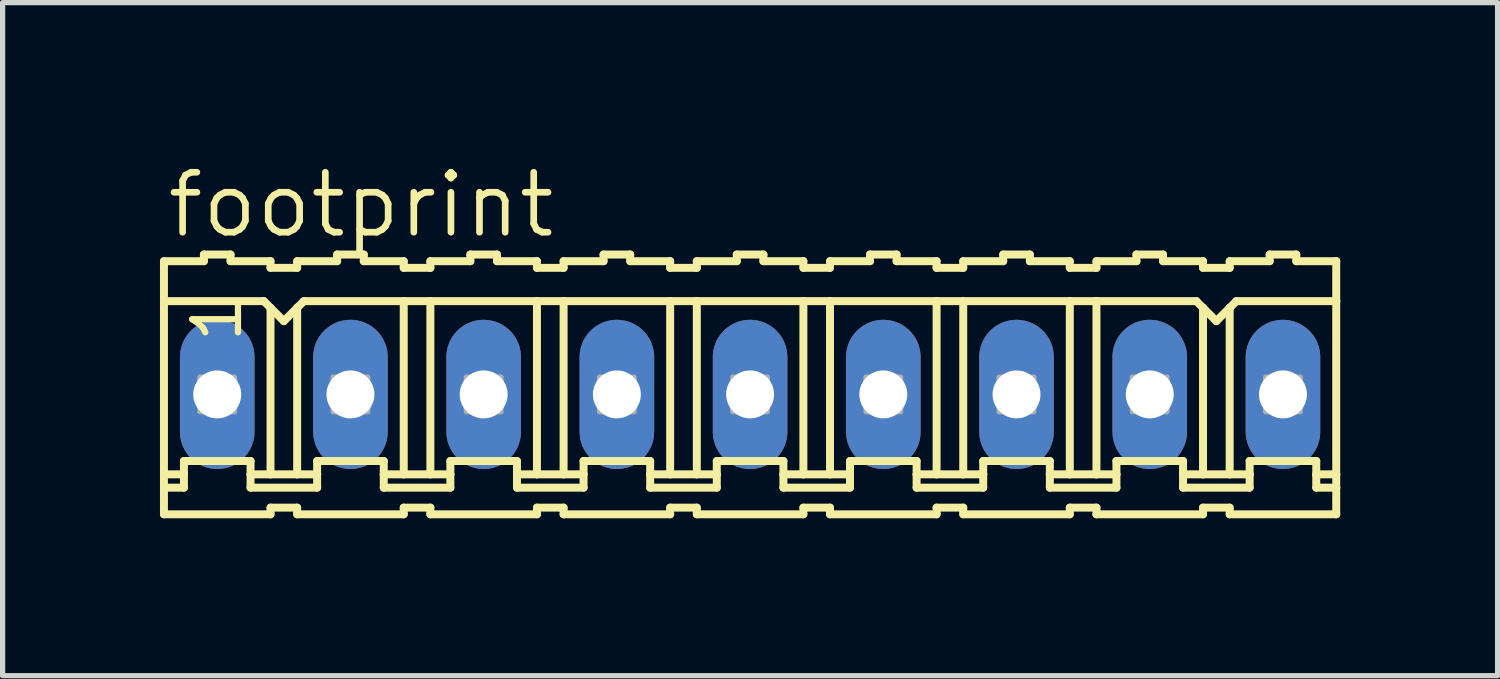
<source format=kicad_pcb>
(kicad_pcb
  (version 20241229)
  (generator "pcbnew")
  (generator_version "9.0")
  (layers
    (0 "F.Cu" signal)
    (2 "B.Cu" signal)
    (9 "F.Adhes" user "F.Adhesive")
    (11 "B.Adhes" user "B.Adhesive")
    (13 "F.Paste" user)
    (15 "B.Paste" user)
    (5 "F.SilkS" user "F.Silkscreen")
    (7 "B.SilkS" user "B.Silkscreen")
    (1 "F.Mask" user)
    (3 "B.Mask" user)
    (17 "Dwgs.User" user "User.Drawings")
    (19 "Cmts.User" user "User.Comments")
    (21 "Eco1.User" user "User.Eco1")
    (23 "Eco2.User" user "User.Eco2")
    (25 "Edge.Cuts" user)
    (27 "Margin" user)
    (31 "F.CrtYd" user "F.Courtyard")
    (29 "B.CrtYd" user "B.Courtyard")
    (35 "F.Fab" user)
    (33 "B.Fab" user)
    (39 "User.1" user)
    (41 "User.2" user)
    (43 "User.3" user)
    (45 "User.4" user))
  (footprint "footprint"
    (layer "F.Cu")
    (at 11.252 4.47)
    (property "Reference" "footprint" (at -11.176 -2.946 0) (layer "F.SilkS") (effects (font (size 1.143 1.143) (thickness 0.127)) (justify left bottom)))
    (fp_line (start -11.176 -2.54) (end -11.176 -1.778) (stroke (width 0.152) (type solid)) (layer "F.SilkS"))
    (fp_line (start -11.176 -2.54) (end -10.414 -2.54) (stroke (width 0.152) (type solid)) (layer "F.SilkS"))
    (fp_line (start -11.176 -1.778) (end -11.176 1.524) (stroke (width 0.152) (type solid)) (layer "F.SilkS"))
    (fp_line (start -11.176 1.524) (end -11.176 1.778) (stroke (width 0.152) (type solid)) (layer "F.SilkS"))
    (fp_line (start -11.176 1.778) (end -11.176 2.286) (stroke (width 0.152) (type solid)) (layer "F.SilkS"))
    (fp_line (start -11.176 1.778) (end -10.795 1.778) (stroke (width 0.152) (type solid)) (layer "F.SilkS"))
    (fp_line (start -10.795 1.27) (end -9.525 1.27) (stroke (width 0.152) (type solid)) (layer "F.SilkS"))
    (fp_line (start -10.795 1.524) (end -11.176 1.524) (stroke (width 0.152) (type solid)) (layer "F.SilkS"))
    (fp_line (start -10.795 1.524) (end -10.795 1.27) (stroke (width 0.152) (type solid)) (layer "F.SilkS"))
    (fp_line (start -10.795 1.778) (end -10.795 1.524) (stroke (width 0.152) (type solid)) (layer "F.SilkS"))
    (fp_line (start -10.414 -2.54) (end -10.414 -2.667) (stroke (width 0.152) (type solid)) (layer "F.SilkS"))
    (fp_line (start -9.906 -2.667) (end -10.414 -2.667) (stroke (width 0.152) (type solid)) (layer "F.SilkS"))
    (fp_line (start -9.906 -2.54) (end -9.906 -2.667) (stroke (width 0.152) (type solid)) (layer "F.SilkS"))
    (fp_line (start -9.525 1.524) (end -9.525 1.27) (stroke (width 0.152) (type solid)) (layer "F.SilkS"))
    (fp_line (start -9.525 1.524) (end -9.144 1.524) (stroke (width 0.152) (type solid)) (layer "F.SilkS"))
    (fp_line (start -9.525 1.778) (end -9.525 1.524) (stroke (width 0.152) (type solid)) (layer "F.SilkS"))
    (fp_line (start -9.271 -1.778) (end -11.176 -1.778) (stroke (width 0.152) (type solid)) (layer "F.SilkS"))
    (fp_line (start -9.271 -1.778) (end -9.144 -1.651) (stroke (width 0.152) (type solid)) (layer "F.SilkS"))
    (fp_line (start -9.144 -2.54) (end -9.906 -2.54) (stroke (width 0.152) (type solid)) (layer "F.SilkS"))
    (fp_line (start -9.144 -2.413) (end -9.144 -2.54) (stroke (width 0.152) (type solid)) (layer "F.SilkS"))
    (fp_line (start -9.144 -2.413) (end -8.636 -2.413) (stroke (width 0.152) (type solid)) (layer "F.SilkS"))
    (fp_line (start -9.144 -1.651) (end -9.144 1.524) (stroke (width 0.152) (type solid)) (layer "F.SilkS"))
    (fp_line (start -9.144 -1.651) (end -8.89 -1.397) (stroke (width 0.152) (type solid)) (layer "F.SilkS"))
    (fp_line (start -9.144 1.524) (end -8.636 1.524) (stroke (width 0.152) (type solid)) (layer "F.SilkS"))
    (fp_line (start -9.144 2.159) (end -9.144 2.286) (stroke (width 0.152) (type solid)) (layer "F.SilkS"))
    (fp_line (start -9.144 2.286) (end -11.176 2.286) (stroke (width 0.152) (type solid)) (layer "F.SilkS"))
    (fp_line (start -8.89 -1.397) (end -8.636 -1.651) (stroke (width 0.152) (type solid)) (layer "F.SilkS"))
    (fp_line (start -8.636 -2.54) (end -7.874 -2.54) (stroke (width 0.152) (type solid)) (layer "F.SilkS"))
    (fp_line (start -8.636 -2.413) (end -8.636 -2.54) (stroke (width 0.152) (type solid)) (layer "F.SilkS"))
    (fp_line (start -8.636 -1.651) (end -8.636 1.524) (stroke (width 0.152) (type solid)) (layer "F.SilkS"))
    (fp_line (start -8.636 -1.651) (end -8.509 -1.778) (stroke (width 0.152) (type solid)) (layer "F.SilkS"))
    (fp_line (start -8.636 1.524) (end -8.255 1.524) (stroke (width 0.152) (type solid)) (layer "F.SilkS"))
    (fp_line (start -8.636 2.159) (end -9.144 2.159) (stroke (width 0.152) (type solid)) (layer "F.SilkS"))
    (fp_line (start -8.636 2.159) (end -8.636 2.286) (stroke (width 0.152) (type solid)) (layer "F.SilkS"))
    (fp_line (start -8.636 2.286) (end -6.604 2.286) (stroke (width 0.152) (type solid)) (layer "F.SilkS"))
    (fp_line (start -8.509 -1.778) (end -6.604 -1.778) (stroke (width 0.152) (type solid)) (layer "F.SilkS"))
    (fp_line (start -8.255 1.27) (end -6.985 1.27) (stroke (width 0.152) (type solid)) (layer "F.SilkS"))
    (fp_line (start -8.255 1.524) (end -8.255 1.27) (stroke (width 0.152) (type solid)) (layer "F.SilkS"))
    (fp_line (start -8.255 1.778) (end -9.525 1.778) (stroke (width 0.152) (type solid)) (layer "F.SilkS"))
    (fp_line (start -8.255 1.778) (end -8.255 1.524) (stroke (width 0.152) (type solid)) (layer "F.SilkS"))
    (fp_line (start -7.874 -2.54) (end -7.874 -2.667) (stroke (width 0.152) (type solid)) (layer "F.SilkS"))
    (fp_line (start -7.366 -2.667) (end -7.874 -2.667) (stroke (width 0.152) (type solid)) (layer "F.SilkS"))
    (fp_line (start -7.366 -2.54) (end -7.366 -2.667) (stroke (width 0.152) (type solid)) (layer "F.SilkS"))
    (fp_line (start -7.366 -2.54) (end -6.604 -2.54) (stroke (width 0.152) (type solid)) (layer "F.SilkS"))
    (fp_line (start -6.985 1.524) (end -6.985 1.27) (stroke (width 0.152) (type solid)) (layer "F.SilkS"))
    (fp_line (start -6.985 1.524) (end -6.604 1.524) (stroke (width 0.152) (type solid)) (layer "F.SilkS"))
    (fp_line (start -6.985 1.778) (end -6.985 1.524) (stroke (width 0.152) (type solid)) (layer "F.SilkS"))
    (fp_line (start -6.985 1.778) (end -5.715 1.778) (stroke (width 0.152) (type solid)) (layer "F.SilkS"))
    (fp_line (start -6.604 -2.413) (end -6.604 -2.54) (stroke (width 0.152) (type solid)) (layer "F.SilkS"))
    (fp_line (start -6.604 -1.778) (end -6.604 1.524) (stroke (width 0.152) (type solid)) (layer "F.SilkS"))
    (fp_line (start -6.604 -1.778) (end -6.096 -1.778) (stroke (width 0.152) (type solid)) (layer "F.SilkS"))
    (fp_line (start -6.604 1.524) (end -6.096 1.524) (stroke (width 0.152) (type solid)) (layer "F.SilkS"))
    (fp_line (start -6.604 2.159) (end -6.604 2.286) (stroke (width 0.152) (type solid)) (layer "F.SilkS"))
    (fp_line (start -6.096 -2.54) (end -5.334 -2.54) (stroke (width 0.152) (type solid)) (layer "F.SilkS"))
    (fp_line (start -6.096 -2.413) (end -6.604 -2.413) (stroke (width 0.152) (type solid)) (layer "F.SilkS"))
    (fp_line (start -6.096 -2.413) (end -6.096 -2.54) (stroke (width 0.152) (type solid)) (layer "F.SilkS"))
    (fp_line (start -6.096 -1.778) (end -6.096 1.524) (stroke (width 0.152) (type solid)) (layer "F.SilkS"))
    (fp_line (start -6.096 -1.778) (end -4.064 -1.778) (stroke (width 0.152) (type solid)) (layer "F.SilkS"))
    (fp_line (start -6.096 1.524) (end -5.715 1.524) (stroke (width 0.152) (type solid)) (layer "F.SilkS"))
    (fp_line (start -6.096 2.159) (end -6.604 2.159) (stroke (width 0.152) (type solid)) (layer "F.SilkS"))
    (fp_line (start -6.096 2.159) (end -6.096 2.286) (stroke (width 0.152) (type solid)) (layer "F.SilkS"))
    (fp_line (start -5.715 1.27) (end -4.445 1.27) (stroke (width 0.152) (type solid)) (layer "F.SilkS"))
    (fp_line (start -5.715 1.524) (end -5.715 1.27) (stroke (width 0.152) (type solid)) (layer "F.SilkS"))
    (fp_line (start -5.715 1.778) (end -5.715 1.524) (stroke (width 0.152) (type solid)) (layer "F.SilkS"))
    (fp_line (start -5.334 -2.54) (end -5.334 -2.667) (stroke (width 0.152) (type solid)) (layer "F.SilkS"))
    (fp_line (start -4.826 -2.667) (end -5.334 -2.667) (stroke (width 0.152) (type solid)) (layer "F.SilkS"))
    (fp_line (start -4.826 -2.54) (end -4.826 -2.667) (stroke (width 0.152) (type solid)) (layer "F.SilkS"))
    (fp_line (start -4.826 -2.54) (end -4.064 -2.54) (stroke (width 0.152) (type solid)) (layer "F.SilkS"))
    (fp_line (start -4.445 1.524) (end -4.445 1.27) (stroke (width 0.152) (type solid)) (layer "F.SilkS"))
    (fp_line (start -4.445 1.524) (end -4.064 1.524) (stroke (width 0.152) (type solid)) (layer "F.SilkS"))
    (fp_line (start -4.445 1.778) (end -4.445 1.524) (stroke (width 0.152) (type solid)) (layer "F.SilkS"))
    (fp_line (start -4.064 -2.54) (end -4.064 -2.413) (stroke (width 0.152) (type solid)) (layer "F.SilkS"))
    (fp_line (start -4.064 -1.778) (end -4.064 1.524) (stroke (width 0.152) (type solid)) (layer "F.SilkS"))
    (fp_line (start -4.064 2.159) (end -4.064 2.286) (stroke (width 0.152) (type solid)) (layer "F.SilkS"))
    (fp_line (start -4.064 2.286) (end -6.096 2.286) (stroke (width 0.152) (type solid)) (layer "F.SilkS"))
    (fp_line (start -3.556 -2.54) (end -3.556 -2.413) (stroke (width 0.152) (type solid)) (layer "F.SilkS"))
    (fp_line (start -3.556 -2.54) (end -2.794 -2.54) (stroke (width 0.152) (type solid)) (layer "F.SilkS"))
    (fp_line (start -3.556 -2.413) (end -4.064 -2.413) (stroke (width 0.152) (type solid)) (layer "F.SilkS"))
    (fp_line (start -3.556 -1.778) (end -4.064 -1.778) (stroke (width 0.152) (type solid)) (layer "F.SilkS"))
    (fp_line (start -3.556 -1.778) (end -3.556 1.524) (stroke (width 0.152) (type solid)) (layer "F.SilkS"))
    (fp_line (start -3.556 -1.778) (end -1.524 -1.778) (stroke (width 0.152) (type solid)) (layer "F.SilkS"))
    (fp_line (start -3.556 1.524) (end -4.064 1.524) (stroke (width 0.152) (type solid)) (layer "F.SilkS"))
    (fp_line (start -3.556 2.159) (end -4.064 2.159) (stroke (width 0.152) (type solid)) (layer "F.SilkS"))
    (fp_line (start -3.556 2.159) (end -3.556 2.286) (stroke (width 0.152) (type solid)) (layer "F.SilkS"))
    (fp_line (start -3.175 1.27) (end -1.905 1.27) (stroke (width 0.152) (type solid)) (layer "F.SilkS"))
    (fp_line (start -3.175 1.524) (end -3.556 1.524) (stroke (width 0.152) (type solid)) (layer "F.SilkS"))
    (fp_line (start -3.175 1.524) (end -3.175 1.27) (stroke (width 0.152) (type solid)) (layer "F.SilkS"))
    (fp_line (start -3.175 1.778) (end -4.445 1.778) (stroke (width 0.152) (type solid)) (layer "F.SilkS"))
    (fp_line (start -3.175 1.778) (end -3.175 1.524) (stroke (width 0.152) (type solid)) (layer "F.SilkS"))
    (fp_line (start -2.794 -2.54) (end -2.794 -2.667) (stroke (width 0.152) (type solid)) (layer "F.SilkS"))
    (fp_line (start -2.286 -2.667) (end -2.794 -2.667) (stroke (width 0.152) (type solid)) (layer "F.SilkS"))
    (fp_line (start -2.286 -2.54) (end -2.286 -2.667) (stroke (width 0.152) (type solid)) (layer "F.SilkS"))
    (fp_line (start -1.905 1.524) (end -1.905 1.27) (stroke (width 0.152) (type solid)) (layer "F.SilkS"))
    (fp_line (start -1.905 1.524) (end -1.524 1.524) (stroke (width 0.152) (type solid)) (layer "F.SilkS"))
    (fp_line (start -1.905 1.778) (end -1.905 1.524) (stroke (width 0.152) (type solid)) (layer "F.SilkS"))
    (fp_line (start -1.524 -2.54) (end -2.286 -2.54) (stroke (width 0.152) (type solid)) (layer "F.SilkS"))
    (fp_line (start -1.524 -2.413) (end -1.524 -2.54) (stroke (width 0.152) (type solid)) (layer "F.SilkS"))
    (fp_line (start -1.524 -2.413) (end -1.016 -2.413) (stroke (width 0.152) (type solid)) (layer "F.SilkS"))
    (fp_line (start -1.524 -1.778) (end -1.524 1.524) (stroke (width 0.152) (type solid)) (layer "F.SilkS"))
    (fp_line (start -1.524 -1.778) (end -1.016 -1.778) (stroke (width 0.152) (type solid)) (layer "F.SilkS"))
    (fp_line (start -1.524 1.524) (end -1.016 1.524) (stroke (width 0.152) (type solid)) (layer "F.SilkS"))
    (fp_line (start -1.524 2.159) (end -1.524 2.286) (stroke (width 0.152) (type solid)) (layer "F.SilkS"))
    (fp_line (start -1.524 2.286) (end -3.556 2.286) (stroke (width 0.152) (type solid)) (layer "F.SilkS"))
    (fp_line (start -1.016 -2.54) (end -0.254 -2.54) (stroke (width 0.152) (type solid)) (layer "F.SilkS"))
    (fp_line (start -1.016 -2.413) (end -1.016 -2.54) (stroke (width 0.152) (type solid)) (layer "F.SilkS"))
    (fp_line (start -1.016 -1.778) (end -1.016 1.524) (stroke (width 0.152) (type solid)) (layer "F.SilkS"))
    (fp_line (start -1.016 -1.778) (end 1.016 -1.778) (stroke (width 0.152) (type solid)) (layer "F.SilkS"))
    (fp_line (start -1.016 1.524) (end -0.635 1.524) (stroke (width 0.152) (type solid)) (layer "F.SilkS"))
    (fp_line (start -1.016 2.159) (end -1.524 2.159) (stroke (width 0.152) (type solid)) (layer "F.SilkS"))
    (fp_line (start -1.016 2.159) (end -1.016 2.286) (stroke (width 0.152) (type solid)) (layer "F.SilkS"))
    (fp_line (start -0.635 1.27) (end 0.635 1.27) (stroke (width 0.152) (type solid)) (layer "F.SilkS"))
    (fp_line (start -0.635 1.524) (end -0.635 1.27) (stroke (width 0.152) (type solid)) (layer "F.SilkS"))
    (fp_line (start -0.635 1.778) (end -1.905 1.778) (stroke (width 0.152) (type solid)) (layer "F.SilkS"))
    (fp_line (start -0.635 1.778) (end -0.635 1.524) (stroke (width 0.152) (type solid)) (layer "F.SilkS"))
    (fp_line (start -0.254 -2.54) (end -0.254 -2.667) (stroke (width 0.152) (type solid)) (layer "F.SilkS"))
    (fp_line (start 0.254 -2.667) (end -0.254 -2.667) (stroke (width 0.152) (type solid)) (layer "F.SilkS"))
    (fp_line (start 0.254 -2.54) (end 0.254 -2.667) (stroke (width 0.152) (type solid)) (layer "F.SilkS"))
    (fp_line (start 0.635 1.524) (end 0.635 1.27) (stroke (width 0.152) (type solid)) (layer "F.SilkS"))
    (fp_line (start 0.635 1.524) (end 1.016 1.524) (stroke (width 0.152) (type solid)) (layer "F.SilkS"))
    (fp_line (start 0.635 1.778) (end 0.635 1.524) (stroke (width 0.152) (type solid)) (layer "F.SilkS"))
    (fp_line (start 1.016 -2.54) (end 0.254 -2.54) (stroke (width 0.152) (type solid)) (layer "F.SilkS"))
    (fp_line (start 1.016 -2.413) (end 1.016 -2.54) (stroke (width 0.152) (type solid)) (layer "F.SilkS"))
    (fp_line (start 1.016 -2.413) (end 1.524 -2.413) (stroke (width 0.152) (type solid)) (layer "F.SilkS"))
    (fp_line (start 1.016 -1.778) (end 1.016 1.524) (stroke (width 0.152) (type solid)) (layer "F.SilkS"))
    (fp_line (start 1.016 -1.778) (end 1.524 -1.778) (stroke (width 0.152) (type solid)) (layer "F.SilkS"))
    (fp_line (start 1.016 1.524) (end 1.524 1.524) (stroke (width 0.152) (type solid)) (layer "F.SilkS"))
    (fp_line (start 1.016 2.159) (end 1.016 2.286) (stroke (width 0.152) (type solid)) (layer "F.SilkS"))
    (fp_line (start 1.016 2.286) (end -1.016 2.286) (stroke (width 0.152) (type solid)) (layer "F.SilkS"))
    (fp_line (start 1.524 -2.54) (end 2.286 -2.54) (stroke (width 0.152) (type solid)) (layer "F.SilkS"))
    (fp_line (start 1.524 -2.413) (end 1.524 -2.54) (stroke (width 0.152) (type solid)) (layer "F.SilkS"))
    (fp_line (start 1.524 -1.778) (end 1.524 1.524) (stroke (width 0.152) (type solid)) (layer "F.SilkS"))
    (fp_line (start 1.524 -1.778) (end 3.556 -1.778) (stroke (width 0.152) (type solid)) (layer "F.SilkS"))
    (fp_line (start 1.524 1.524) (end 1.905 1.524) (stroke (width 0.152) (type solid)) (layer "F.SilkS"))
    (fp_line (start 1.524 2.159) (end 1.016 2.159) (stroke (width 0.152) (type solid)) (layer "F.SilkS"))
    (fp_line (start 1.524 2.159) (end 1.524 2.286) (stroke (width 0.152) (type solid)) (layer "F.SilkS"))
    (fp_line (start 1.905 1.27) (end 3.175 1.27) (stroke (width 0.152) (type solid)) (layer "F.SilkS"))
    (fp_line (start 1.905 1.524) (end 1.905 1.27) (stroke (width 0.152) (type solid)) (layer "F.SilkS"))
    (fp_line (start 1.905 1.778) (end 0.635 1.778) (stroke (width 0.152) (type solid)) (layer "F.SilkS"))
    (fp_line (start 1.905 1.778) (end 1.905 1.524) (stroke (width 0.152) (type solid)) (layer "F.SilkS"))
    (fp_line (start 2.286 -2.54) (end 2.286 -2.667) (stroke (width 0.152) (type solid)) (layer "F.SilkS"))
    (fp_line (start 2.794 -2.667) (end 2.286 -2.667) (stroke (width 0.152) (type solid)) (layer "F.SilkS"))
    (fp_line (start 2.794 -2.54) (end 2.794 -2.667) (stroke (width 0.152) (type solid)) (layer "F.SilkS"))
    (fp_line (start 3.175 1.524) (end 3.175 1.27) (stroke (width 0.152) (type solid)) (layer "F.SilkS"))
    (fp_line (start 3.175 1.524) (end 3.556 1.524) (stroke (width 0.152) (type solid)) (layer "F.SilkS"))
    (fp_line (start 3.175 1.778) (end 3.175 1.524) (stroke (width 0.152) (type solid)) (layer "F.SilkS"))
    (fp_line (start 3.556 -2.54) (end 2.794 -2.54) (stroke (width 0.152) (type solid)) (layer "F.SilkS"))
    (fp_line (start 3.556 -2.413) (end 3.556 -2.54) (stroke (width 0.152) (type solid)) (layer "F.SilkS"))
    (fp_line (start 3.556 -2.413) (end 4.064 -2.413) (stroke (width 0.152) (type solid)) (layer "F.SilkS"))
    (fp_line (start 3.556 -1.778) (end 3.556 1.524) (stroke (width 0.152) (type solid)) (layer "F.SilkS"))
    (fp_line (start 3.556 -1.778) (end 4.064 -1.778) (stroke (width 0.152) (type solid)) (layer "F.SilkS"))
    (fp_line (start 3.556 1.524) (end 4.064 1.524) (stroke (width 0.152) (type solid)) (layer "F.SilkS"))
    (fp_line (start 3.556 2.159) (end 3.556 2.286) (stroke (width 0.152) (type solid)) (layer "F.SilkS"))
    (fp_line (start 3.556 2.286) (end 1.524 2.286) (stroke (width 0.152) (type solid)) (layer "F.SilkS"))
    (fp_line (start 4.064 -2.54) (end 4.826 -2.54) (stroke (width 0.152) (type solid)) (layer "F.SilkS"))
    (fp_line (start 4.064 -2.413) (end 4.064 -2.54) (stroke (width 0.152) (type solid)) (layer "F.SilkS"))
    (fp_line (start 4.064 -1.778) (end 4.064 1.524) (stroke (width 0.152) (type solid)) (layer "F.SilkS"))
    (fp_line (start 4.064 -1.778) (end 6.096 -1.778) (stroke (width 0.152) (type solid)) (layer "F.SilkS"))
    (fp_line (start 4.064 1.524) (end 4.445 1.524) (stroke (width 0.152) (type solid)) (layer "F.SilkS"))
    (fp_line (start 4.064 2.159) (end 3.556 2.159) (stroke (width 0.152) (type solid)) (layer "F.SilkS"))
    (fp_line (start 4.064 2.159) (end 4.064 2.286) (stroke (width 0.152) (type solid)) (layer "F.SilkS"))
    (fp_line (start 4.445 1.27) (end 5.715 1.27) (stroke (width 0.152) (type solid)) (layer "F.SilkS"))
    (fp_line (start 4.445 1.524) (end 4.445 1.27) (stroke (width 0.152) (type solid)) (layer "F.SilkS"))
    (fp_line (start 4.445 1.778) (end 3.175 1.778) (stroke (width 0.152) (type solid)) (layer "F.SilkS"))
    (fp_line (start 4.445 1.778) (end 4.445 1.524) (stroke (width 0.152) (type solid)) (layer "F.SilkS"))
    (fp_line (start 4.826 -2.54) (end 4.826 -2.667) (stroke (width 0.152) (type solid)) (layer "F.SilkS"))
    (fp_line (start 5.334 -2.667) (end 4.826 -2.667) (stroke (width 0.152) (type solid)) (layer "F.SilkS"))
    (fp_line (start 5.334 -2.54) (end 5.334 -2.667) (stroke (width 0.152) (type solid)) (layer "F.SilkS"))
    (fp_line (start 5.715 1.524) (end 5.715 1.27) (stroke (width 0.152) (type solid)) (layer "F.SilkS"))
    (fp_line (start 5.715 1.524) (end 6.096 1.524) (stroke (width 0.152) (type solid)) (layer "F.SilkS"))
    (fp_line (start 5.715 1.778) (end 5.715 1.524) (stroke (width 0.152) (type solid)) (layer "F.SilkS"))
    (fp_line (start 6.096 -2.54) (end 5.334 -2.54) (stroke (width 0.152) (type solid)) (layer "F.SilkS"))
    (fp_line (start 6.096 -2.413) (end 6.096 -2.54) (stroke (width 0.152) (type solid)) (layer "F.SilkS"))
    (fp_line (start 6.096 -2.413) (end 6.604 -2.413) (stroke (width 0.152) (type solid)) (layer "F.SilkS"))
    (fp_line (start 6.096 -1.778) (end 6.096 1.524) (stroke (width 0.152) (type solid)) (layer "F.SilkS"))
    (fp_line (start 6.096 -1.778) (end 6.604 -1.778) (stroke (width 0.152) (type solid)) (layer "F.SilkS"))
    (fp_line (start 6.096 1.524) (end 6.604 1.524) (stroke (width 0.152) (type solid)) (layer "F.SilkS"))
    (fp_line (start 6.096 2.159) (end 6.096 2.286) (stroke (width 0.152) (type solid)) (layer "F.SilkS"))
    (fp_line (start 6.096 2.286) (end 4.064 2.286) (stroke (width 0.152) (type solid)) (layer "F.SilkS"))
    (fp_line (start 6.604 -2.54) (end 7.366 -2.54) (stroke (width 0.152) (type solid)) (layer "F.SilkS"))
    (fp_line (start 6.604 -2.413) (end 6.604 -2.54) (stroke (width 0.152) (type solid)) (layer "F.SilkS"))
    (fp_line (start 6.604 -1.778) (end 6.604 1.524) (stroke (width 0.152) (type solid)) (layer "F.SilkS"))
    (fp_line (start 6.604 -1.778) (end 8.509 -1.778) (stroke (width 0.152) (type solid)) (layer "F.SilkS"))
    (fp_line (start 6.604 1.524) (end 6.985 1.524) (stroke (width 0.152) (type solid)) (layer "F.SilkS"))
    (fp_line (start 6.604 2.159) (end 6.096 2.159) (stroke (width 0.152) (type solid)) (layer "F.SilkS"))
    (fp_line (start 6.604 2.159) (end 6.604 2.286) (stroke (width 0.152) (type solid)) (layer "F.SilkS"))
    (fp_line (start 6.985 1.27) (end 8.255 1.27) (stroke (width 0.152) (type solid)) (layer "F.SilkS"))
    (fp_line (start 6.985 1.524) (end 6.985 1.27) (stroke (width 0.152) (type solid)) (layer "F.SilkS"))
    (fp_line (start 6.985 1.778) (end 5.715 1.778) (stroke (width 0.152) (type solid)) (layer "F.SilkS"))
    (fp_line (start 6.985 1.778) (end 6.985 1.524) (stroke (width 0.152) (type solid)) (layer "F.SilkS"))
    (fp_line (start 7.366 -2.54) (end 7.366 -2.667) (stroke (width 0.152) (type solid)) (layer "F.SilkS"))
    (fp_line (start 7.874 -2.667) (end 7.366 -2.667) (stroke (width 0.152) (type solid)) (layer "F.SilkS"))
    (fp_line (start 7.874 -2.54) (end 7.874 -2.667) (stroke (width 0.152) (type solid)) (layer "F.SilkS"))
    (fp_line (start 7.874 -2.54) (end 8.636 -2.54) (stroke (width 0.152) (type solid)) (layer "F.SilkS"))
    (fp_line (start 8.255 1.524) (end 8.255 1.27) (stroke (width 0.152) (type solid)) (layer "F.SilkS"))
    (fp_line (start 8.255 1.524) (end 8.636 1.524) (stroke (width 0.152) (type solid)) (layer "F.SilkS"))
    (fp_line (start 8.255 1.778) (end 8.255 1.524) (stroke (width 0.152) (type solid)) (layer "F.SilkS"))
    (fp_line (start 8.255 1.778) (end 9.525 1.778) (stroke (width 0.152) (type solid)) (layer "F.SilkS"))
    (fp_line (start 8.509 -1.778) (end 8.636 -1.651) (stroke (width 0.152) (type solid)) (layer "F.SilkS"))
    (fp_line (start 8.636 -2.413) (end 8.636 -2.54) (stroke (width 0.152) (type solid)) (layer "F.SilkS"))
    (fp_line (start 8.636 -1.651) (end 8.636 1.524) (stroke (width 0.152) (type solid)) (layer "F.SilkS"))
    (fp_line (start 8.636 -1.651) (end 8.89 -1.397) (stroke (width 0.152) (type solid)) (layer "F.SilkS"))
    (fp_line (start 8.636 1.524) (end 9.144 1.524) (stroke (width 0.152) (type solid)) (layer "F.SilkS"))
    (fp_line (start 8.636 2.159) (end 8.636 2.286) (stroke (width 0.152) (type solid)) (layer "F.SilkS"))
    (fp_line (start 8.636 2.286) (end 6.604 2.286) (stroke (width 0.152) (type solid)) (layer "F.SilkS"))
    (fp_line (start 8.89 -1.397) (end 9.144 -1.651) (stroke (width 0.152) (type solid)) (layer "F.SilkS"))
    (fp_line (start 9.144 -2.54) (end 9.906 -2.54) (stroke (width 0.152) (type solid)) (layer "F.SilkS"))
    (fp_line (start 9.144 -2.413) (end 8.636 -2.413) (stroke (width 0.152) (type solid)) (layer "F.SilkS"))
    (fp_line (start 9.144 -2.413) (end 9.144 -2.54) (stroke (width 0.152) (type solid)) (layer "F.SilkS"))
    (fp_line (start 9.144 -1.651) (end 9.144 1.524) (stroke (width 0.152) (type solid)) (layer "F.SilkS"))
    (fp_line (start 9.144 -1.651) (end 9.271 -1.778) (stroke (width 0.152) (type solid)) (layer "F.SilkS"))
    (fp_line (start 9.144 1.524) (end 9.525 1.524) (stroke (width 0.152) (type solid)) (layer "F.SilkS"))
    (fp_line (start 9.144 2.159) (end 8.636 2.159) (stroke (width 0.152) (type solid)) (layer "F.SilkS"))
    (fp_line (start 9.144 2.159) (end 9.144 2.286) (stroke (width 0.152) (type solid)) (layer "F.SilkS"))
    (fp_line (start 9.271 -1.778) (end 11.176 -1.778) (stroke (width 0.152) (type solid)) (layer "F.SilkS"))
    (fp_line (start 9.525 1.27) (end 10.795 1.27) (stroke (width 0.152) (type solid)) (layer "F.SilkS"))
    (fp_line (start 9.525 1.524) (end 9.525 1.27) (stroke (width 0.152) (type solid)) (layer "F.SilkS"))
    (fp_line (start 9.525 1.778) (end 9.525 1.524) (stroke (width 0.152) (type solid)) (layer "F.SilkS"))
    (fp_line (start 9.906 -2.54) (end 9.906 -2.667) (stroke (width 0.152) (type solid)) (layer "F.SilkS"))
    (fp_line (start 10.414 -2.667) (end 9.906 -2.667) (stroke (width 0.152) (type solid)) (layer "F.SilkS"))
    (fp_line (start 10.414 -2.54) (end 10.414 -2.667) (stroke (width 0.152) (type solid)) (layer "F.SilkS"))
    (fp_line (start 10.414 -2.54) (end 11.176 -2.54) (stroke (width 0.152) (type solid)) (layer "F.SilkS"))
    (fp_line (start 10.795 1.524) (end 10.795 1.27) (stroke (width 0.152) (type solid)) (layer "F.SilkS"))
    (fp_line (start 10.795 1.524) (end 11.176 1.524) (stroke (width 0.152) (type solid)) (layer "F.SilkS"))
    (fp_line (start 10.795 1.778) (end 10.795 1.524) (stroke (width 0.152) (type solid)) (layer "F.SilkS"))
    (fp_line (start 11.176 -1.778) (end 11.176 -2.54) (stroke (width 0.152) (type solid)) (layer "F.SilkS"))
    (fp_line (start 11.176 -1.778) (end 11.176 1.524) (stroke (width 0.152) (type solid)) (layer "F.SilkS"))
    (fp_line (start 11.176 1.524) (end 11.176 1.778) (stroke (width 0.152) (type solid)) (layer "F.SilkS"))
    (fp_line (start 11.176 1.778) (end 10.795 1.778) (stroke (width 0.152) (type solid)) (layer "F.SilkS"))
    (fp_line (start 11.176 1.778) (end 11.176 2.286) (stroke (width 0.152) (type solid)) (layer "F.SilkS"))
    (fp_line (start 11.176 2.286) (end 9.144 2.286) (stroke (width 0.152) (type solid)) (layer "F.SilkS"))
    (fp_poly (pts (xy -10.49 0.33) (xy -9.83 0.33) (xy -9.83 -0.33) (xy -10.49 -0.33)) (stroke (width 0.1) (type solid)) (fill no) (layer "F.Fab"))
    (fp_poly (pts (xy -7.95 0.33) (xy -7.29 0.33) (xy -7.29 -0.33) (xy -7.95 -0.33)) (stroke (width 0.1) (type solid)) (fill no) (layer "F.Fab"))
    (fp_poly (pts (xy -5.41 0.33) (xy -4.75 0.33) (xy -4.75 -0.33) (xy -5.41 -0.33)) (stroke (width 0.1) (type solid)) (fill no) (layer "F.Fab"))
    (fp_poly (pts (xy -2.87 0.33) (xy -2.21 0.33) (xy -2.21 -0.33) (xy -2.87 -0.33)) (stroke (width 0.1) (type solid)) (fill no) (layer "F.Fab"))
    (fp_poly (pts (xy -0.33 0.33) (xy 0.33 0.33) (xy 0.33 -0.33) (xy -0.33 -0.33)) (stroke (width 0.1) (type solid)) (fill no) (layer "F.Fab"))
    (fp_poly (pts (xy 2.21 0.33) (xy 2.87 0.33) (xy 2.87 -0.33) (xy 2.21 -0.33)) (stroke (width 0.1) (type solid)) (fill no) (layer "F.Fab"))
    (fp_poly (pts (xy 4.75 0.33) (xy 5.41 0.33) (xy 5.41 -0.33) (xy 4.75 -0.33)) (stroke (width 0.1) (type solid)) (fill no) (layer "F.Fab"))
    (fp_poly (pts (xy 7.29 0.33) (xy 7.95 0.33) (xy 7.95 -0.33) (xy 7.29 -0.33)) (stroke (width 0.1) (type solid)) (fill no) (layer "F.Fab"))
    (fp_poly (pts (xy 9.83 0.33) (xy 10.49 0.33) (xy 10.49 -0.33) (xy 9.83 -0.33)) (stroke (width 0.1) (type solid)) (fill no) (layer "F.Fab"))
    (fp_text user "1" (at -9.652 -0.94 90) (layer "F.SilkS") (effects (font (size 0.872 0.872) (thickness 0.119)) (justify left bottom)))
    (pad "1" thru_hole oval (at -10.16 0 90) (size 2.845 1.422) (drill 0.914) (layers "*.Cu" "*.Mask"))
    (pad "2" thru_hole oval (at -7.62 0 90) (size 2.845 1.422) (drill 0.914) (layers "*.Cu" "*.Mask"))
    (pad "3" thru_hole oval (at -5.08 0 90) (size 2.845 1.422) (drill 0.914) (layers "*.Cu" "*.Mask"))
    (pad "4" thru_hole oval (at -2.54 0 90) (size 2.845 1.422) (drill 0.914) (layers "*.Cu" "*.Mask"))
    (pad "5" thru_hole oval (at 0 0 90) (size 2.845 1.422) (drill 0.914) (layers "*.Cu" "*.Mask"))
    (pad "6" thru_hole oval (at 2.54 0 90) (size 2.845 1.422) (drill 0.914) (layers "*.Cu" "*.Mask"))
    (pad "7" thru_hole oval (at 5.08 0 90) (size 2.845 1.422) (drill 0.914) (layers "*.Cu" "*.Mask"))
    (pad "8" thru_hole oval (at 7.62 0 90) (size 2.845 1.422) (drill 0.914) (layers "*.Cu" "*.Mask"))
    (pad "9" thru_hole oval (at 10.16 0 90) (size 2.845 1.422) (drill 0.914) (layers "*.Cu" "*.Mask")))
  (gr_rect
    (start -3 -3)
    (end 25.504 9.833)
    (stroke (width 0.1) (type default))
    (fill no)
    (layer "Edge.Cuts")))
</source>
